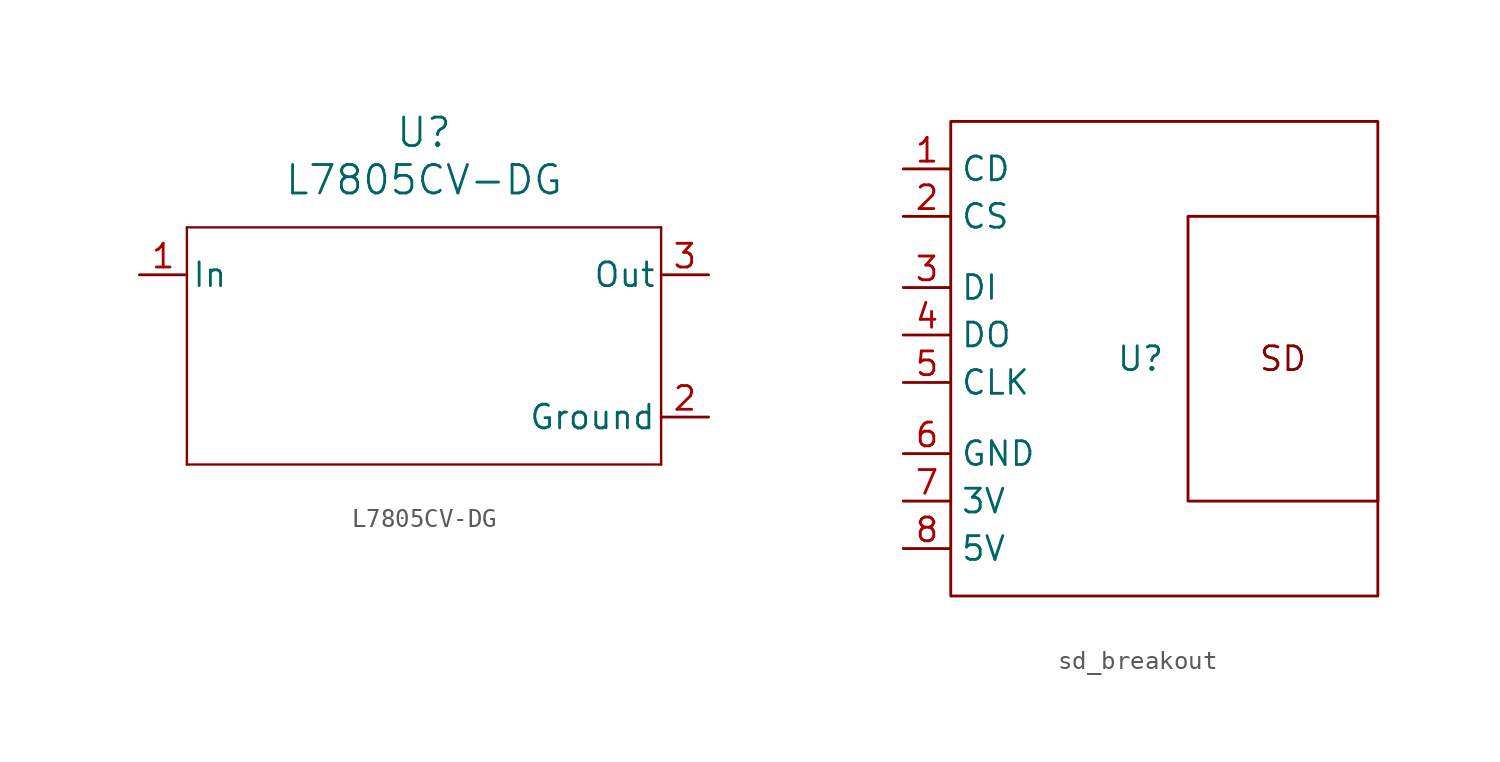
<source format=kicad_sym>
(kicad_symbol_lib
  (version 20231120)
  (generator "kicad_symbol_editor")
  (generator_version "8.0")
  (symbol "L7805CV-DG"
    (pin_names
      (offset 0.254))
    (property "Reference" "U"
      (at 20.32 10.16 0)
      (effects (font (size 1.524 1.524))))
    (property "Value" "L7805CV-DG"
      (at 20.32 7.62 0)
      (effects (font (size 1.524 1.524))))
    (property "ki_locked" ""
      (at 0 0 0)
      (effects (font (size 1.27 1.27))))
    (symbol "L7805CV-DG_0_1"
      (polyline (pts (xy 7.62 -7.62) (xy 33.02 -7.62)) (stroke (width 0.127) (type default)) (fill (type none)))
      (polyline (pts (xy 7.62 5.08) (xy 7.62 -7.62)) (stroke (width 0.127) (type default)) (fill (type none)))
      (polyline (pts (xy 33.02 -7.62) (xy 33.02 5.08)) (stroke (width 0.127) (type default)) (fill (type none)))
      (polyline (pts (xy 33.02 5.08) (xy 7.62 5.08)) (stroke (width 0.127) (type default)) (fill (type none))))
    (symbol "L7805CV-DG_1_1"
      (pin input line (at 5.08 2.54 0) (length 2.54) (name "In" (effects (font (size 1.27 1.27)))) (number "1" (effects (font (size 1.27 1.27)))))
      (pin input line (at 35.56 -5.08 180) (length 2.54) (name "Ground" (effects (font (size 1.27 1.27)))) (number "2" (effects (font (size 1.27 1.27)))))
      (pin output line (at 35.56 2.54 180) (length 2.54) (name "Out" (effects (font (size 1.27 1.27)))) (number "3" (effects (font (size 1.27 1.27)))))))
  (symbol "sd_breakout"
    (property "Reference" "U"
      (at 0 0 0)
      (effects (font (size 1.27 1.27))))
    (property "Value" ""
      (at 0 0 0)
      (effects (font (size 1.27 1.27))))
    (symbol "sd_breakout_0_1"
      (rectangle (start -10.16 12.7) (end 12.7 -12.7) (stroke (width 0) (type default)) (fill (type none)))
      (rectangle (start 2.54 7.62) (end 12.7 -7.62) (stroke (width 0) (type default)) (fill (type none))))
    (symbol "sd_breakout_1_1"
      (text "SD" (at 7.62 0 0) (effects (font (size 1.27 1.27))))
      (pin output line (at -12.7 10.16 0) (length 2.54) (name "CD" (effects (font (size 1.27 1.27)))) (number "1" (effects (font (size 1.27 1.27)))))
      (pin input line (at -12.7 7.62 0) (length 2.54) (name "CS" (effects (font (size 1.27 1.27)))) (number "2" (effects (font (size 1.27 1.27)))))
      (pin input line (at -12.7 3.81 0) (length 2.54) (name "DI" (effects (font (size 1.27 1.27)))) (number "3" (effects (font (size 1.27 1.27)))))
      (pin output line (at -12.7 1.27 0) (length 2.54) (name "DO" (effects (font (size 1.27 1.27)))) (number "4" (effects (font (size 1.27 1.27)))))
      (pin input line (at -12.7 -1.27 0) (length 2.54) (name "CLK" (effects (font (size 1.27 1.27)))) (number "5" (effects (font (size 1.27 1.27)))))
      (pin input line (at -12.7 -5.08 0) (length 2.54) (name "GND" (effects (font (size 1.27 1.27)))) (number "6" (effects (font (size 1.27 1.27)))))
      (pin input line (at -12.7 -7.62 0) (length 2.54) (name "3V" (effects (font (size 1.27 1.27)))) (number "7" (effects (font (size 1.27 1.27)))))
      (pin input line (at -12.7 -10.16 0) (length 2.54) (name "5V" (effects (font (size 1.27 1.27)))) (number "8" (effects (font (size 1.27 1.27))))))))
</source>
